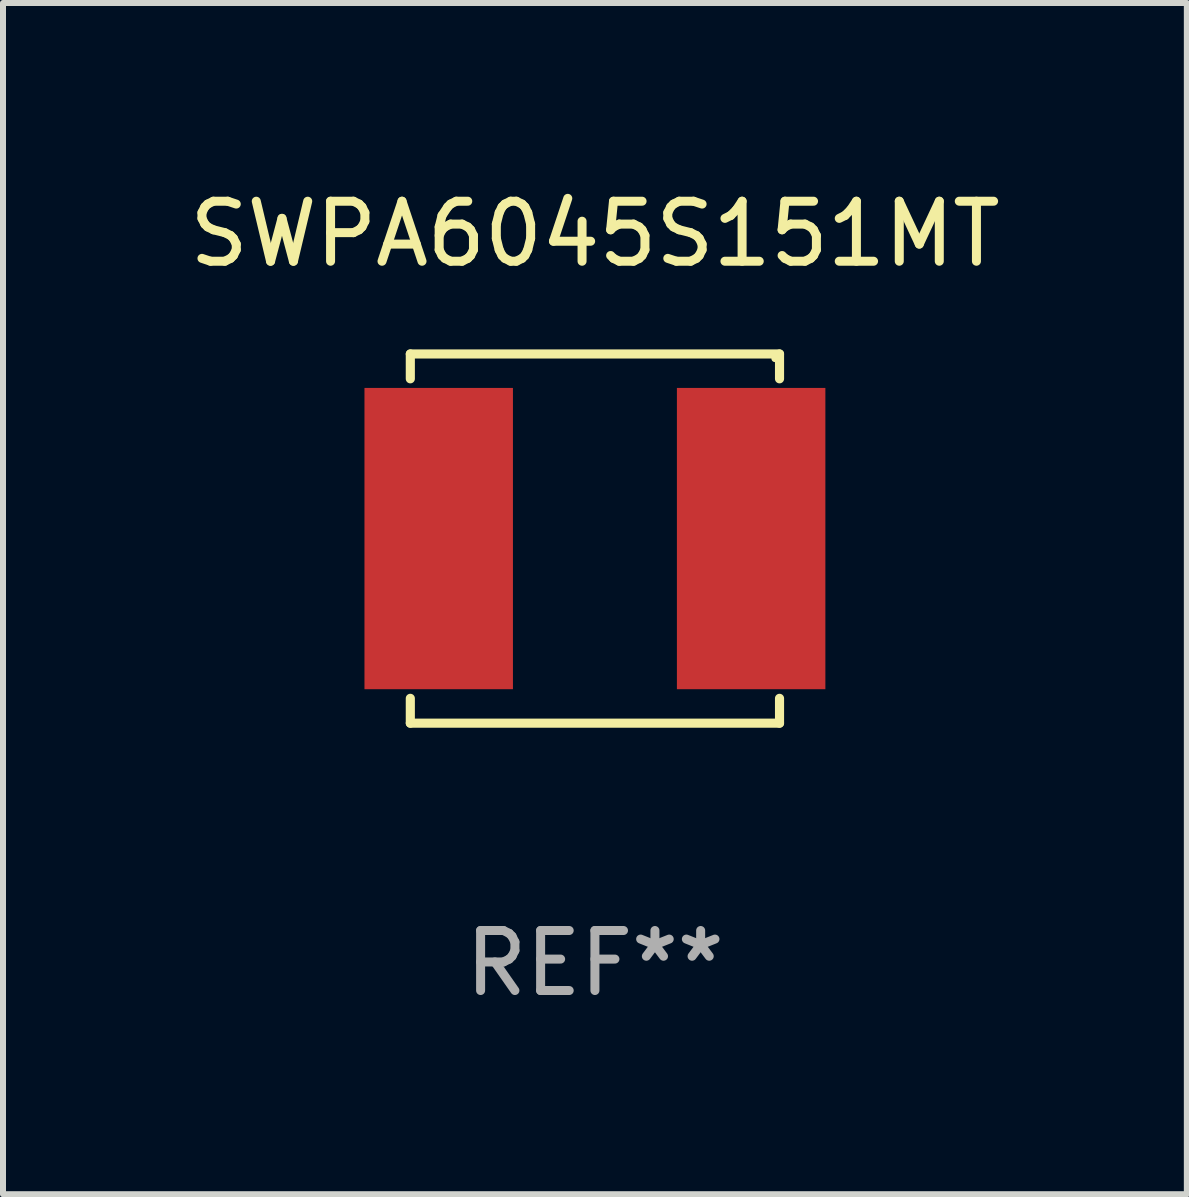
<source format=kicad_pcb>
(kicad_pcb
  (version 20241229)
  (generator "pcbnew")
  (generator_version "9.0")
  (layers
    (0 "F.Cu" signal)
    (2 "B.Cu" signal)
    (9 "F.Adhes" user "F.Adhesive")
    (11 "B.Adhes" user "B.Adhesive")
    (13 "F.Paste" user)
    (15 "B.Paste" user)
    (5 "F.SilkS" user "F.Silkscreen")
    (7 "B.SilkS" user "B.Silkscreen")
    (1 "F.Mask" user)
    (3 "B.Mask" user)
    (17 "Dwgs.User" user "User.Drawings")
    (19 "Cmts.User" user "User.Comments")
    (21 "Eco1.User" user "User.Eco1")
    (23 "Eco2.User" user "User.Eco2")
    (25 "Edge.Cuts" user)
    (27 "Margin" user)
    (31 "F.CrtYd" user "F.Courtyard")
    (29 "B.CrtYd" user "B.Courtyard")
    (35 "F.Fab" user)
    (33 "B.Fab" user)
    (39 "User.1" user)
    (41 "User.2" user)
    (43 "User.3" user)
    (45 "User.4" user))
  (footprint "SWPA6045S151MT"
    (layer "F.Cu")
    (at 6.863 5.924)
    (property "Reference" "SWPA6045S151MT" (at 0 -5.076 0) (layer "F.SilkS") (effects (font (size 1 1) (thickness 0.15))))
    (attr through_hole)
    (fp_line (start -3.076 -3.076) (end 3.076 -3.076) (stroke (width 0.152) (type solid)) (layer "F.SilkS"))
    (fp_line (start -3.076 -2.662) (end -3.076 -3.076) (stroke (width 0.152) (type solid)) (layer "F.SilkS"))
    (fp_line (start -3.076 2.662) (end -3.076 3.076) (stroke (width 0.152) (type solid)) (layer "F.SilkS"))
    (fp_line (start -3.076 3.076) (end 3.076 3.076) (stroke (width 0.152) (type solid)) (layer "F.SilkS"))
    (fp_line (start 3.076 -3.076) (end 3.076 -2.662) (stroke (width 0.152) (type solid)) (layer "F.SilkS"))
    (fp_line (start 3.076 3.076) (end 3.076 2.662) (stroke (width 0.152) (type solid)) (layer "F.SilkS"))
    (fp_circle (center 3 -3) (end 3.03 -3) (stroke (width 0.06) (type solid)) (fill no) (layer "F.SilkS"))
    (fp_text user "REF**" (at 0 7.076 0) (layer "F.Fab") (effects (font (size 1 1) (thickness 0.15))))
    (pad "1" smd rect (at 2.603 0) (size 2.474 5.02) (layers "F.Cu" "F.Mask" "F.Paste"))
    (pad "2" smd rect (at -2.603 0) (size 2.474 5.02) (layers "F.Cu" "F.Mask" "F.Paste")))
  (gr_rect
    (start -3 -3)
    (end 16.726 16.849)
    (stroke (width 0.1) (type default))
    (fill no)
    (layer "Edge.Cuts")))
</source>
